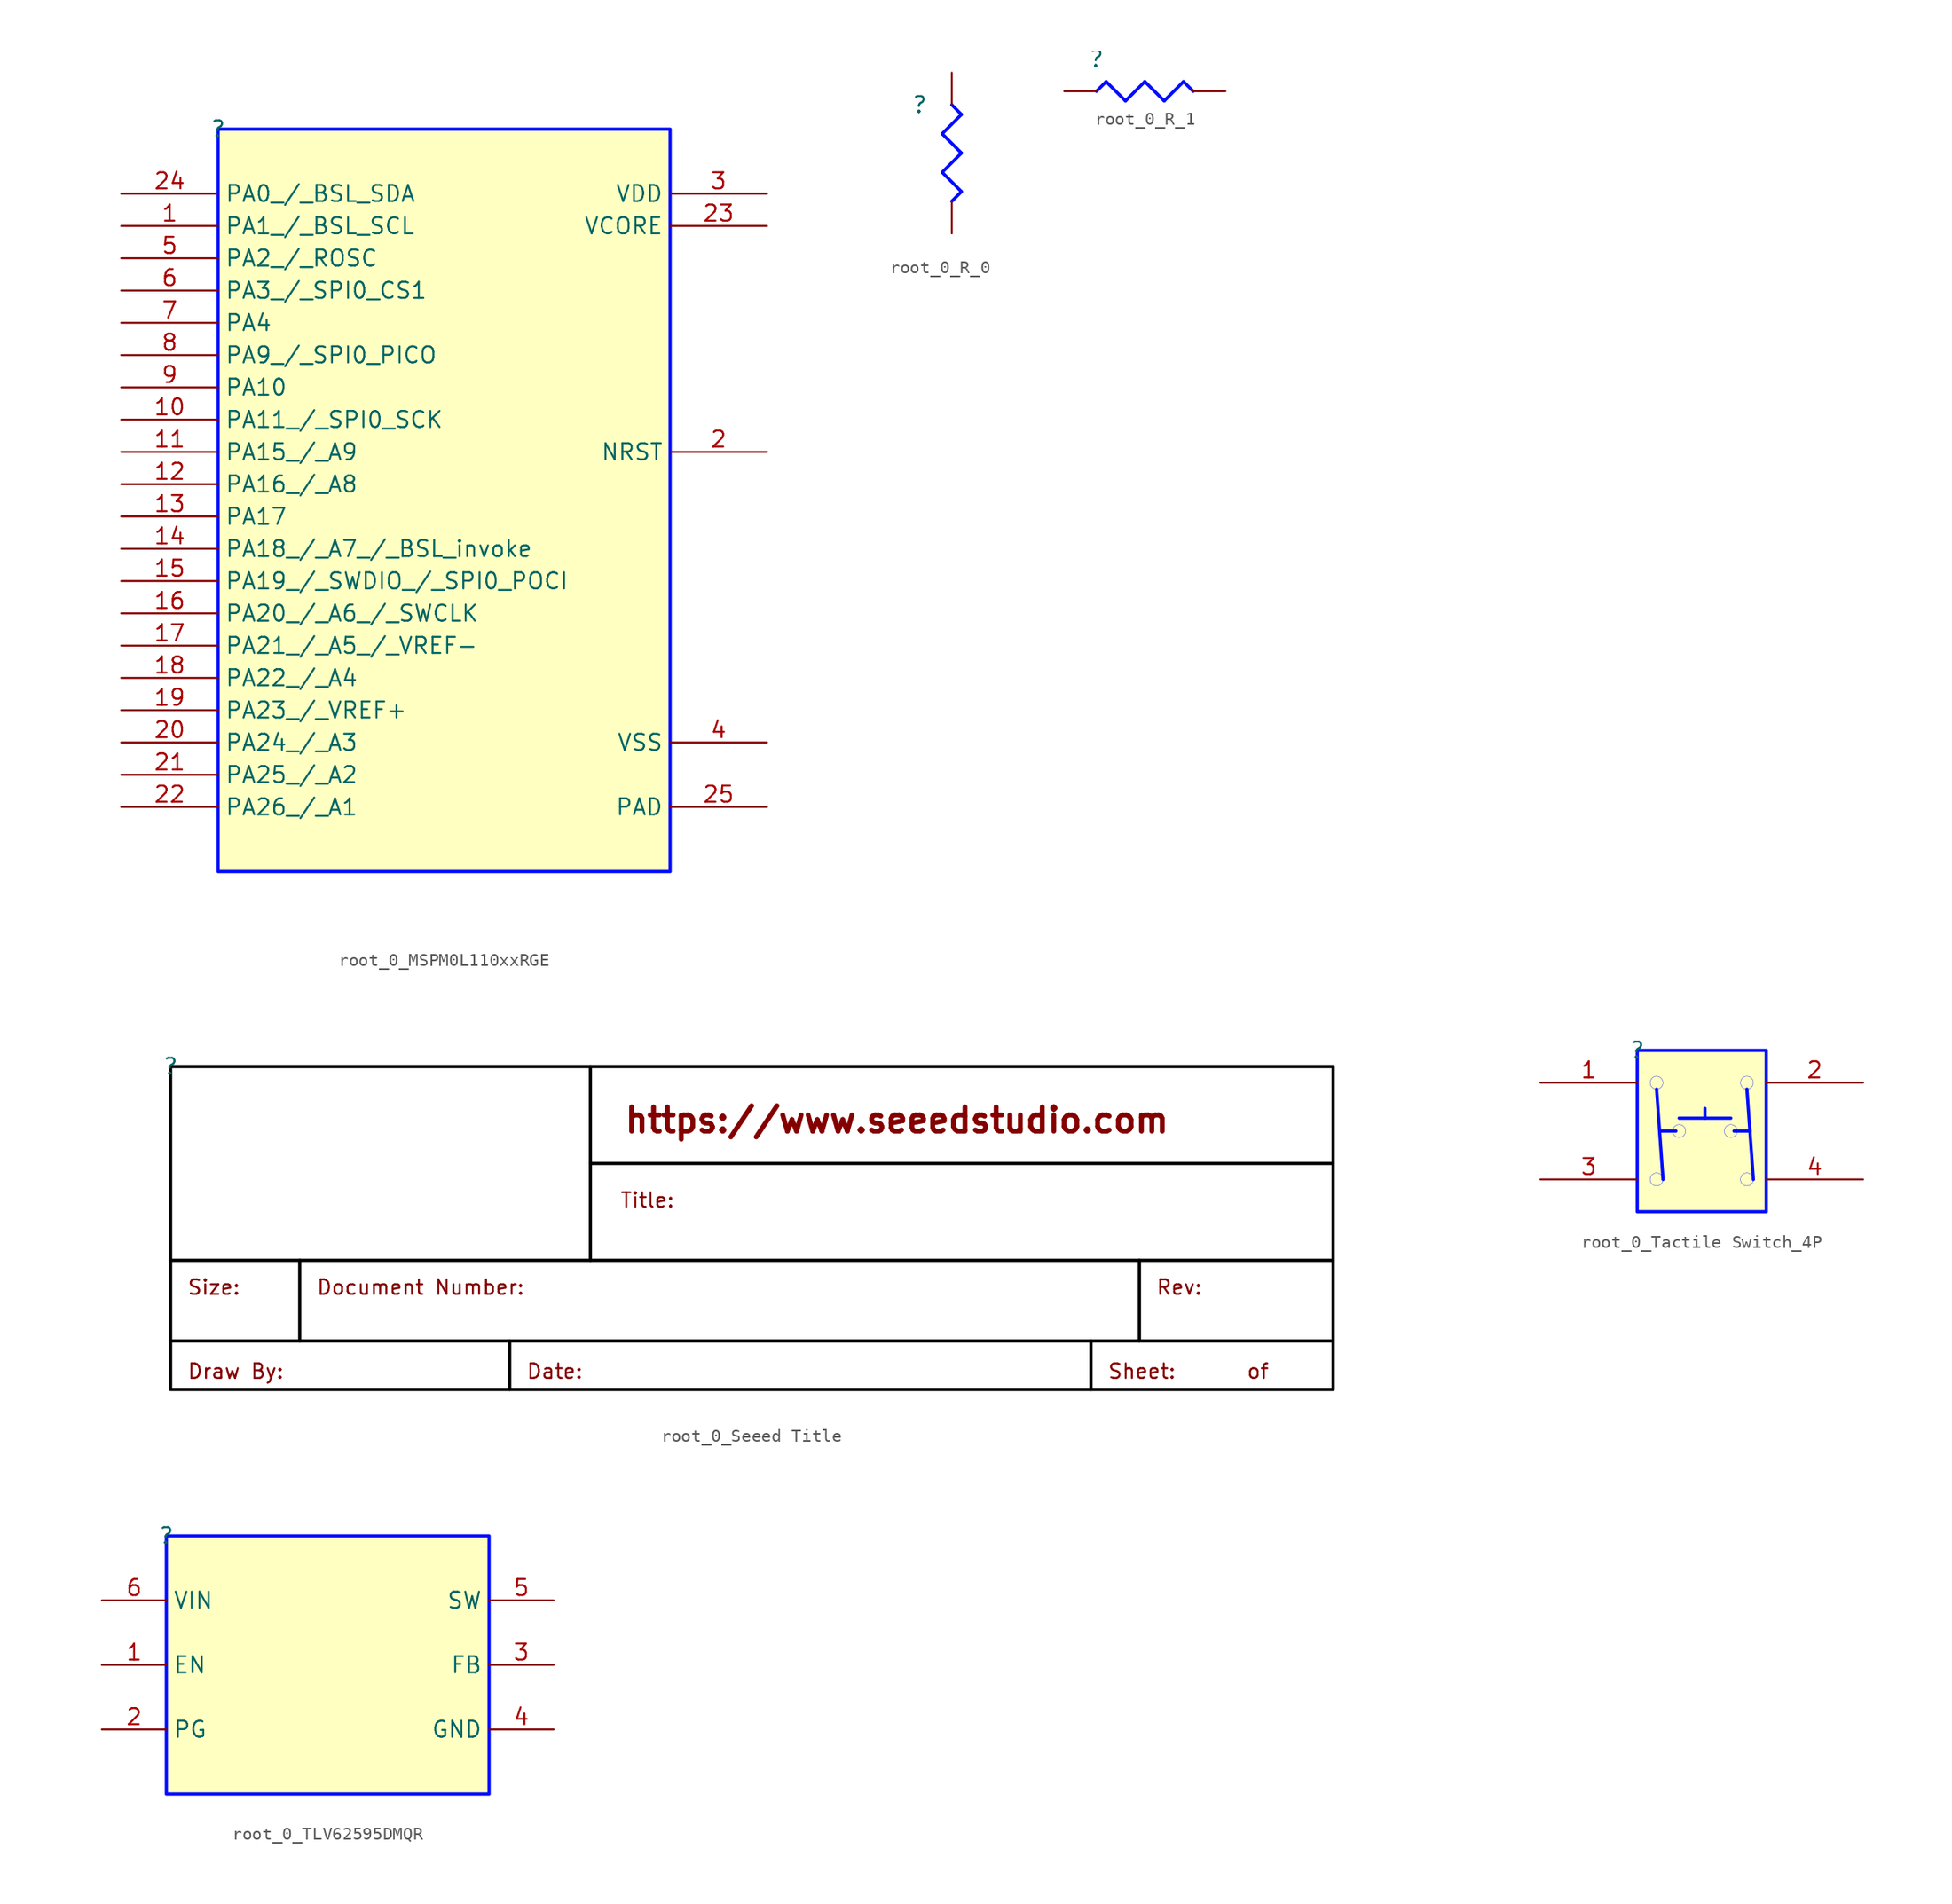
<source format=kicad_sym>
(kicad_symbol_lib
  (version 20231120)
  (generator "kicad_symbol_editor")
  (generator_version "8.0")
  (symbol "root_0_MSPM0L110xxRGE"
    (property "Reference" ""
      (at 0 0 0)
      (effects (font (size 1.27 1.27))))
    (property "Value" ""
      (at 0 0 0)
      (effects (font (size 1.27 1.27))))
    (symbol "root_0_MSPM0L110xxRGE_1_0"
      (rectangle (start 35.56 0) (end 0 -58.42) (stroke (width 0.254) (type solid) (color 0 11 255 1)) (fill (type background)))
      (pin bidirectional line (at -7.62 -7.62 0) (length 7.62) (name "PA1_/_BSL_SCL" (effects (font (size 1.27 1.27)))) (number "1" (effects (font (size 1.27 1.27)))))
      (pin bidirectional line (at -7.62 -22.86 0) (length 7.62) (name "PA11_/_SPI0_SCK" (effects (font (size 1.27 1.27)))) (number "10" (effects (font (size 1.27 1.27)))))
      (pin bidirectional line (at -7.62 -25.4 0) (length 7.62) (name "PA15_/_A9" (effects (font (size 1.27 1.27)))) (number "11" (effects (font (size 1.27 1.27)))))
      (pin bidirectional line (at -7.62 -27.94 0) (length 7.62) (name "PA16_/_A8" (effects (font (size 1.27 1.27)))) (number "12" (effects (font (size 1.27 1.27)))))
      (pin bidirectional line (at -7.62 -30.48 0) (length 7.62) (name "PA17" (effects (font (size 1.27 1.27)))) (number "13" (effects (font (size 1.27 1.27)))))
      (pin bidirectional line (at -7.62 -33.02 0) (length 7.62) (name "PA18_/_A7_/_BSL_invoke" (effects (font (size 1.27 1.27)))) (number "14" (effects (font (size 1.27 1.27)))))
      (pin bidirectional line (at -7.62 -35.56 0) (length 7.62) (name "PA19_/_SWDIO_/_SPI0_POCI" (effects (font (size 1.27 1.27)))) (number "15" (effects (font (size 1.27 1.27)))))
      (pin bidirectional line (at -7.62 -38.1 0) (length 7.62) (name "PA20_/_A6_/_SWCLK" (effects (font (size 1.27 1.27)))) (number "16" (effects (font (size 1.27 1.27)))))
      (pin bidirectional line (at -7.62 -40.64 0) (length 7.62) (name "PA21_/_A5_/_VREF-" (effects (font (size 1.27 1.27)))) (number "17" (effects (font (size 1.27 1.27)))))
      (pin bidirectional line (at -7.62 -43.18 0) (length 7.62) (name "PA22_/_A4" (effects (font (size 1.27 1.27)))) (number "18" (effects (font (size 1.27 1.27)))))
      (pin bidirectional line (at -7.62 -45.72 0) (length 7.62) (name "PA23_/_VREF+" (effects (font (size 1.27 1.27)))) (number "19" (effects (font (size 1.27 1.27)))))
      (pin passive line (at 43.18 -25.4 180) (length 7.62) (name "NRST" (effects (font (size 1.27 1.27)))) (number "2" (effects (font (size 1.27 1.27)))))
      (pin bidirectional line (at -7.62 -48.26 0) (length 7.62) (name "PA24_/_A3" (effects (font (size 1.27 1.27)))) (number "20" (effects (font (size 1.27 1.27)))))
      (pin bidirectional line (at -7.62 -50.8 0) (length 7.62) (name "PA25_/_A2" (effects (font (size 1.27 1.27)))) (number "21" (effects (font (size 1.27 1.27)))))
      (pin bidirectional line (at -7.62 -53.34 0) (length 7.62) (name "PA26_/_A1" (effects (font (size 1.27 1.27)))) (number "22" (effects (font (size 1.27 1.27)))))
      (pin power_in line (at 43.18 -7.62 180) (length 7.62) (name "VCORE" (effects (font (size 1.27 1.27)))) (number "23" (effects (font (size 1.27 1.27)))))
      (pin bidirectional line (at -7.62 -5.08 0) (length 7.62) (name "PA0_/_BSL_SDA" (effects (font (size 1.27 1.27)))) (number "24" (effects (font (size 1.27 1.27)))))
      (pin passive line (at 43.18 -53.34 180) (length 7.62) (name "PAD" (effects (font (size 1.27 1.27)))) (number "25" (effects (font (size 1.27 1.27)))))
      (pin power_in line (at 43.18 -5.08 180) (length 7.62) (name "VDD" (effects (font (size 1.27 1.27)))) (number "3" (effects (font (size 1.27 1.27)))))
      (pin passive line (at 43.18 -48.26 180) (length 7.62) (name "VSS" (effects (font (size 1.27 1.27)))) (number "4" (effects (font (size 1.27 1.27)))))
      (pin passive line (at -7.62 -10.16 0) (length 7.62) (name "PA2_/_ROSC" (effects (font (size 1.27 1.27)))) (number "5" (effects (font (size 1.27 1.27)))))
      (pin bidirectional line (at -7.62 -12.7 0) (length 7.62) (name "PA3_/_SPI0_CS1" (effects (font (size 1.27 1.27)))) (number "6" (effects (font (size 1.27 1.27)))))
      (pin bidirectional line (at -7.62 -15.24 0) (length 7.62) (name "PA4" (effects (font (size 1.27 1.27)))) (number "7" (effects (font (size 1.27 1.27)))))
      (pin bidirectional line (at -7.62 -17.78 0) (length 7.62) (name "PA9_/_SPI0_PICO" (effects (font (size 1.27 1.27)))) (number "8" (effects (font (size 1.27 1.27)))))
      (pin bidirectional line (at -7.62 -20.32 0) (length 7.62) (name "PA10" (effects (font (size 1.27 1.27)))) (number "9" (effects (font (size 1.27 1.27)))))))
  (symbol "root_0_R_0"
    (property "Reference" ""
      (at 0 0 0)
      (effects (font (size 1.27 1.27))))
    (property "Value" ""
      (at 0 0 0)
      (effects (font (size 1.27 1.27))))
    (symbol "root_0_R_0_1_0"
      (polyline (pts (xy 1.778 -5.334) (xy 3.302 -6.858)) (stroke (width 0.254) (type solid) (color 0 11 255 1)) (fill (type none)))
      (polyline (pts (xy 1.778 -2.286) (xy 3.302 -3.81)) (stroke (width 0.254) (type solid) (color 0 11 255 1)) (fill (type none)))
      (polyline (pts (xy 2.54 0) (xy 3.302 -0.762)) (stroke (width 0.254) (type solid) (color 0 11 255 1)) (fill (type none)))
      (polyline (pts (xy 3.302 -6.858) (xy 2.54 -7.62)) (stroke (width 0.254) (type solid) (color 0 11 255 1)) (fill (type none)))
      (polyline (pts (xy 3.302 -3.81) (xy 1.778 -5.334)) (stroke (width 0.254) (type solid) (color 0 11 255 1)) (fill (type none)))
      (polyline (pts (xy 3.302 -0.762) (xy 1.778 -2.286)) (stroke (width 0.254) (type solid) (color 0 11 255 1)) (fill (type none)))
      (pin passive line (at 2.54 2.54 270) (length 2.54) (name "1" (effects (font (size 0 0)))) (number "1" (effects (font (size 0 0)))))
      (pin passive line (at 2.54 -10.16 90) (length 2.54) (name "2" (effects (font (size 0 0)))) (number "2" (effects (font (size 0 0)))))))
  (symbol "root_0_R_1"
    (property "Reference" ""
      (at 0 0 0)
      (effects (font (size 1.27 1.27))))
    (property "Value" ""
      (at 0 0 0)
      (effects (font (size 1.27 1.27))))
    (symbol "root_0_R_1_1_0"
      (polyline (pts (xy 0 -2.54) (xy 0.762 -1.778)) (stroke (width 0.254) (type solid) (color 0 11 255 1)) (fill (type none)))
      (polyline (pts (xy 0.762 -1.778) (xy 2.286 -3.302)) (stroke (width 0.254) (type solid) (color 0 11 255 1)) (fill (type none)))
      (polyline (pts (xy 2.286 -3.302) (xy 3.81 -1.778)) (stroke (width 0.254) (type solid) (color 0 11 255 1)) (fill (type none)))
      (polyline (pts (xy 3.81 -1.778) (xy 5.334 -3.302)) (stroke (width 0.254) (type solid) (color 0 11 255 1)) (fill (type none)))
      (polyline (pts (xy 5.334 -3.302) (xy 6.858 -1.778)) (stroke (width 0.254) (type solid) (color 0 11 255 1)) (fill (type none)))
      (polyline (pts (xy 6.858 -1.778) (xy 7.62 -2.54)) (stroke (width 0.254) (type solid) (color 0 11 255 1)) (fill (type none)))
      (pin passive line (at -2.54 -2.54 0) (length 2.54) (name "1" (effects (font (size 0 0)))) (number "1" (effects (font (size 0 0)))))
      (pin passive line (at 10.16 -2.54 180) (length 2.54) (name "2" (effects (font (size 0 0)))) (number "2" (effects (font (size 0 0)))))))
  (symbol "root_0_Seeed Title"
    (property "Reference" ""
      (at 0 0 0)
      (effects (font (size 1.27 1.27))))
    (property "Value" ""
      (at 0 0 0)
      (effects (font (size 1.27 1.27))))
    (symbol "root_0_Seeed Title_1_0"
      (polyline (pts (xy 0 -15.24) (xy 91.44 -15.24)) (stroke (width 0.254) (type solid) (color 0 0 0 1)) (fill (type none)))
      (polyline (pts (xy 10.16 -15.24) (xy 10.16 -21.59)) (stroke (width 0.254) (type solid) (color 0 0 0 1)) (fill (type none)))
      (polyline (pts (xy 26.67 -21.59) (xy 26.67 -25.4)) (stroke (width 0.254) (type solid) (color 0 0 0 1)) (fill (type none)))
      (polyline (pts (xy 33.02 -15.24) (xy 33.02 0)) (stroke (width 0.254) (type solid) (color 0 0 0 1)) (fill (type none)))
      (polyline (pts (xy 33.02 -7.62) (xy 91.44 -7.62)) (stroke (width 0.254) (type solid) (color 0 0 0 1)) (fill (type none)))
      (polyline (pts (xy 72.39 -21.59) (xy 72.39 -25.4)) (stroke (width 0.254) (type solid) (color 0 0 0 1)) (fill (type none)))
      (polyline (pts (xy 76.2 -15.24) (xy 76.2 -21.59)) (stroke (width 0.254) (type solid) (color 0 0 0 1)) (fill (type none)))
      (polyline (pts (xy 91.44 -21.59) (xy 0 -21.59)) (stroke (width 0.254) (type solid) (color 0 0 0 1)) (fill (type none)))
      (rectangle (start 91.44 0) (end 0 -25.4) (stroke (width 0.254) (type solid) (color 0 0 0 1)) (fill (type none)))
      (text "Date:" (at 27.94 -24.638 0) (effects (font (size 1.143 1.143)) (justify left bottom)))
      (text "Document Number:" (at 11.43 -18.034 0) (effects (font (size 1.143 1.143)) (justify left bottom)))
      (text "Draw By:" (at 1.27 -24.638 0) (effects (font (size 1.143 1.143)) (justify left bottom)))
      (text "https://www.seeedstudio.com" (at 35.56 -5.334 0) (effects (font (size 1.905 1.905) (thickness 0.381) (bold yes)) (justify left bottom)))
      (text "of" (at 84.582 -24.638 0) (effects (font (size 1.143 1.143)) (justify left bottom)))
      (text "Rev:" (at 77.47 -18.034 0) (effects (font (size 1.143 1.143)) (justify left bottom)))
      (text "Sheet:" (at 73.66 -24.638 0) (effects (font (size 1.143 1.143)) (justify left bottom)))
      (text "Size:" (at 1.27 -18.034 0) (effects (font (size 1.143 1.143)) (justify left bottom)))
      (text "Title:" (at 35.306 -11.176 0) (effects (font (size 1.143 1.143)) (justify left bottom)))))
  (symbol "root_0_Tactile Switch_4P"
    (property "Reference" ""
      (at 0 0 0)
      (effects (font (size 1.27 1.27))))
    (property "Value" ""
      (at 0 0 0)
      (effects (font (size 1.27 1.27))))
    (symbol "root_0_Tactile Switch_4P_1_0"
      (polyline (pts (xy 1.524 -3.048) (xy 2.032 -10.16)) (stroke (width 0.254) (type solid) (color 0 11 255 1)) (fill (type none)))
      (polyline (pts (xy 1.778 -6.35) (xy 3.048 -6.35)) (stroke (width 0.254) (type solid) (color 0 11 255 1)) (fill (type none)))
      (polyline (pts (xy 3.302 -5.334) (xy 7.366 -5.334)) (stroke (width 0.254) (type solid) (color 0 11 255 1)) (fill (type none)))
      (polyline (pts (xy 5.334 -4.572) (xy 5.334 -5.334)) (stroke (width 0.254) (type solid) (color 0 11 255 1)) (fill (type none)))
      (polyline (pts (xy 7.62 -6.35) (xy 8.89 -6.35)) (stroke (width 0.254) (type solid) (color 0 11 255 1)) (fill (type none)))
      (polyline (pts (xy 8.636 -3.048) (xy 9.144 -10.16)) (stroke (width 0.254) (type solid) (color 0 11 255 1)) (fill (type none)))
      (circle (center 1.524 -10.16) (radius 0.508) (stroke (width 0.025) (type solid) (color 0 11 255 1)) (fill (type color) (color 0 0 255 1)))
      (circle (center 1.524 -2.54) (radius 0.508) (stroke (width 0.025) (type solid) (color 0 11 255 1)) (fill (type color) (color 0 0 255 1)))
      (circle (center 3.302 -6.35) (radius 0.508) (stroke (width 0.025) (type solid) (color 0 11 255 1)) (fill (type color) (color 0 0 255 1)))
      (circle (center 7.366 -6.35) (radius 0.508) (stroke (width 0.025) (type solid) (color 0 11 255 1)) (fill (type color) (color 0 0 255 1)))
      (circle (center 8.636 -10.16) (radius 0.508) (stroke (width 0.025) (type solid) (color 0 11 255 1)) (fill (type color) (color 0 0 255 1)))
      (circle (center 8.636 -2.54) (radius 0.508) (stroke (width 0.025) (type solid) (color 0 11 255 1)) (fill (type color) (color 0 0 255 1)))
      (rectangle (start 10.16 0) (end 0 -12.7) (stroke (width 0.254) (type solid) (color 0 11 255 1)) (fill (type background)))
      (pin passive line (at -7.62 -2.54 0) (length 7.62) (name "A1" (effects (font (size 0 0)))) (number "1" (effects (font (size 1.27 1.27)))))
      (pin passive line (at 17.78 -2.54 180) (length 7.62) (name "B1" (effects (font (size 0 0)))) (number "2" (effects (font (size 1.27 1.27)))))
      (pin passive line (at -7.62 -10.16 0) (length 7.62) (name "A2" (effects (font (size 0 0)))) (number "3" (effects (font (size 1.27 1.27)))))
      (pin passive line (at 17.78 -10.16 180) (length 7.62) (name "B2" (effects (font (size 0 0)))) (number "4" (effects (font (size 1.27 1.27)))))))
  (symbol "root_0_TLV62595DMQR"
    (property "Reference" ""
      (at 0 0 0)
      (effects (font (size 1.27 1.27))))
    (property "Value" ""
      (at 0 0 0)
      (effects (font (size 1.27 1.27))))
    (symbol "root_0_TLV62595DMQR_1_0"
      (rectangle (start 25.4 0) (end 0 -20.32) (stroke (width 0.254) (type solid) (color 0 11 255 1)) (fill (type background)))
      (pin input line (at -5.08 -10.16 0) (length 5.08) (name "EN" (effects (font (size 1.27 1.27)))) (number "1" (effects (font (size 1.27 1.27)))))
      (pin open_collector line (at -5.08 -15.24 0) (length 5.08) (name "PG" (effects (font (size 1.27 1.27)))) (number "2" (effects (font (size 1.27 1.27)))))
      (pin passive line (at 30.48 -10.16 180) (length 5.08) (name "FB" (effects (font (size 1.27 1.27)))) (number "3" (effects (font (size 1.27 1.27)))))
      (pin power_in line (at 30.48 -15.24 180) (length 5.08) (name "GND" (effects (font (size 1.27 1.27)))) (number "4" (effects (font (size 1.27 1.27)))))
      (pin passive line (at 30.48 -5.08 180) (length 5.08) (name "SW" (effects (font (size 1.27 1.27)))) (number "5" (effects (font (size 1.27 1.27)))))
      (pin power_in line (at -5.08 -5.08 0) (length 5.08) (name "VIN" (effects (font (size 1.27 1.27)))) (number "6" (effects (font (size 1.27 1.27))))))))
</source>
